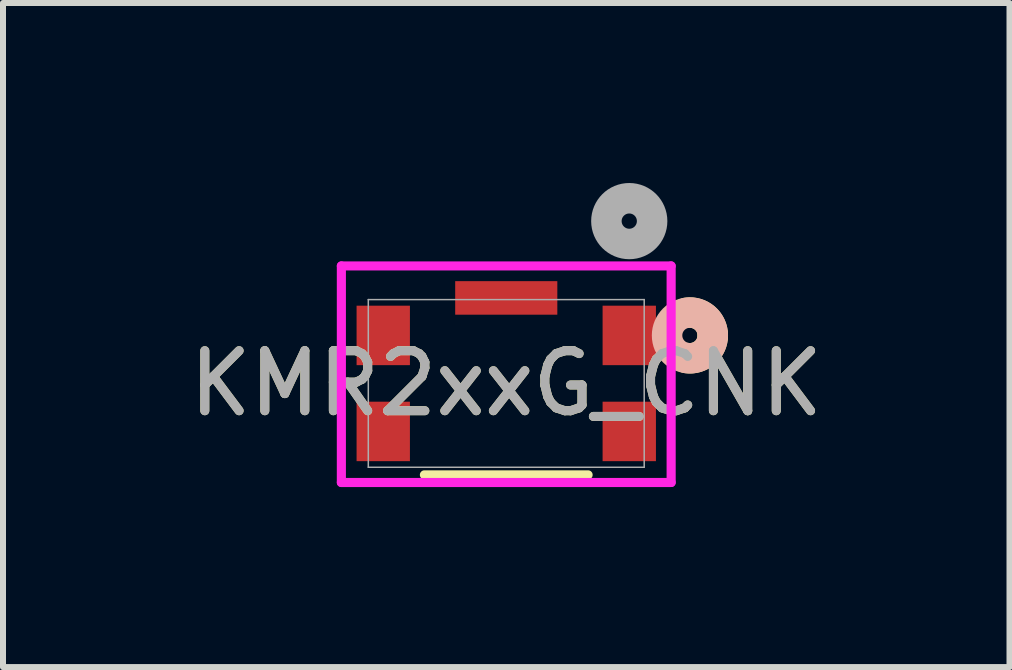
<source format=kicad_pcb>
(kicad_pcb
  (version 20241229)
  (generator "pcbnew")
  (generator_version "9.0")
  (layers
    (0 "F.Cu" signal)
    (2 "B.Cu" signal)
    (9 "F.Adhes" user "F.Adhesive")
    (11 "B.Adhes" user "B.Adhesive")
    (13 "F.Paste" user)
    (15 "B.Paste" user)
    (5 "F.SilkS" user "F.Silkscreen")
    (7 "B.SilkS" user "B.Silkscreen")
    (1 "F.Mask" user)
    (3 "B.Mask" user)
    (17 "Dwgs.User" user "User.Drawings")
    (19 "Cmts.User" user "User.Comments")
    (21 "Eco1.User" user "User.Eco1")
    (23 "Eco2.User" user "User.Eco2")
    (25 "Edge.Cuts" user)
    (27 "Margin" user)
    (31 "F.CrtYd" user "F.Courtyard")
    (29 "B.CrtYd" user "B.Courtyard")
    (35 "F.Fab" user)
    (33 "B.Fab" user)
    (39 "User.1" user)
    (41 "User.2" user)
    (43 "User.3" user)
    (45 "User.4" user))
  (footprint "KMR2xxG_CNK"
    (layer "F.Cu")
    (at 5.387 3.34)
    (property "Reference" "KMR2xxG_CNK" (at 0 0 0) (unlocked yes) (layer "F.SilkS") (effects (font (size 1 1) (thickness 0.15))))
    (attr smd)
    (fp_line (start -1.364 1.524) (end 1.364 1.524) (stroke (width 0.152) (type solid)) (layer "F.SilkS"))
    (fp_arc (start 3.005038 -1.176912) (mid 3.309652 -1.088417) (end 3.4417 -0.8) (stroke (width 0.508) (type solid)) (layer "F.SilkS"))
    (fp_arc (start 3.4417 -0.8) (mid 3.309652 -0.511584) (end 3.005038 -0.423088) (stroke (width 0.508) (type solid)) (layer "F.SilkS"))
    (fp_circle (center 3.061 -0.8) (end 3.442 -0.8) (stroke (width 0.508) (type solid)) (fill no) (layer "B.SilkS"))
    (fp_line (start -2.748 -1.958) (end -2.748 1.651) (stroke (width 0.152) (type solid)) (layer "F.CrtYd"))
    (fp_line (start -2.748 1.651) (end 2.748 1.651) (stroke (width 0.152) (type solid)) (layer "F.CrtYd"))
    (fp_line (start 2.748 -1.958) (end -2.748 -1.958) (stroke (width 0.152) (type solid)) (layer "F.CrtYd"))
    (fp_line (start 2.748 1.651) (end 2.748 -1.958) (stroke (width 0.152) (type solid)) (layer "F.CrtYd"))
    (fp_line (start -2.299 -1.397) (end -2.299 1.397) (stroke (width 0.025) (type solid)) (layer "F.Fab"))
    (fp_line (start -2.299 1.397) (end 2.299 1.397) (stroke (width 0.025) (type solid)) (layer "F.Fab"))
    (fp_line (start 2.299 -1.397) (end -2.299 -1.397) (stroke (width 0.025) (type solid)) (layer "F.Fab"))
    (fp_line (start 2.299 1.397) (end 2.299 -1.397) (stroke (width 0.025) (type solid)) (layer "F.Fab"))
    (fp_circle (center 2.05 -2.705) (end 2.431 -2.705) (stroke (width 0.508) (type solid)) (fill no) (layer "F.Fab"))
    (fp_text user "${REFERENCE}" (at 0 0 0) (unlocked yes) (layer "F.Fab") (effects (font (size 1 1) (thickness 0.15))))
    (pad "1" smd rect (at 2.05 -0.8) (size 0.889 0.991) (layers "F.Cu" "F.Mask" "F.Paste"))
    (pad "2" smd rect (at 2.05 0.8) (size 0.889 0.991) (layers "F.Cu" "F.Mask" "F.Paste"))
    (pad "3" smd rect (at -2.05 0.8) (size 0.889 0.991) (layers "F.Cu" "F.Mask" "F.Paste"))
    (pad "4" smd rect (at -2.05 -0.8) (size 0.889 0.991) (layers "F.Cu" "F.Mask" "F.Paste"))
    (pad "5" smd rect (at 0 -1.425) (size 1.702 0.559) (layers "F.Cu" "F.Mask" "F.Paste")))
  (gr_rect
    (start -3 -3)
    (end 13.774 8.067)
    (stroke (width 0.1) (type default))
    (fill no)
    (layer "Edge.Cuts")))
</source>
